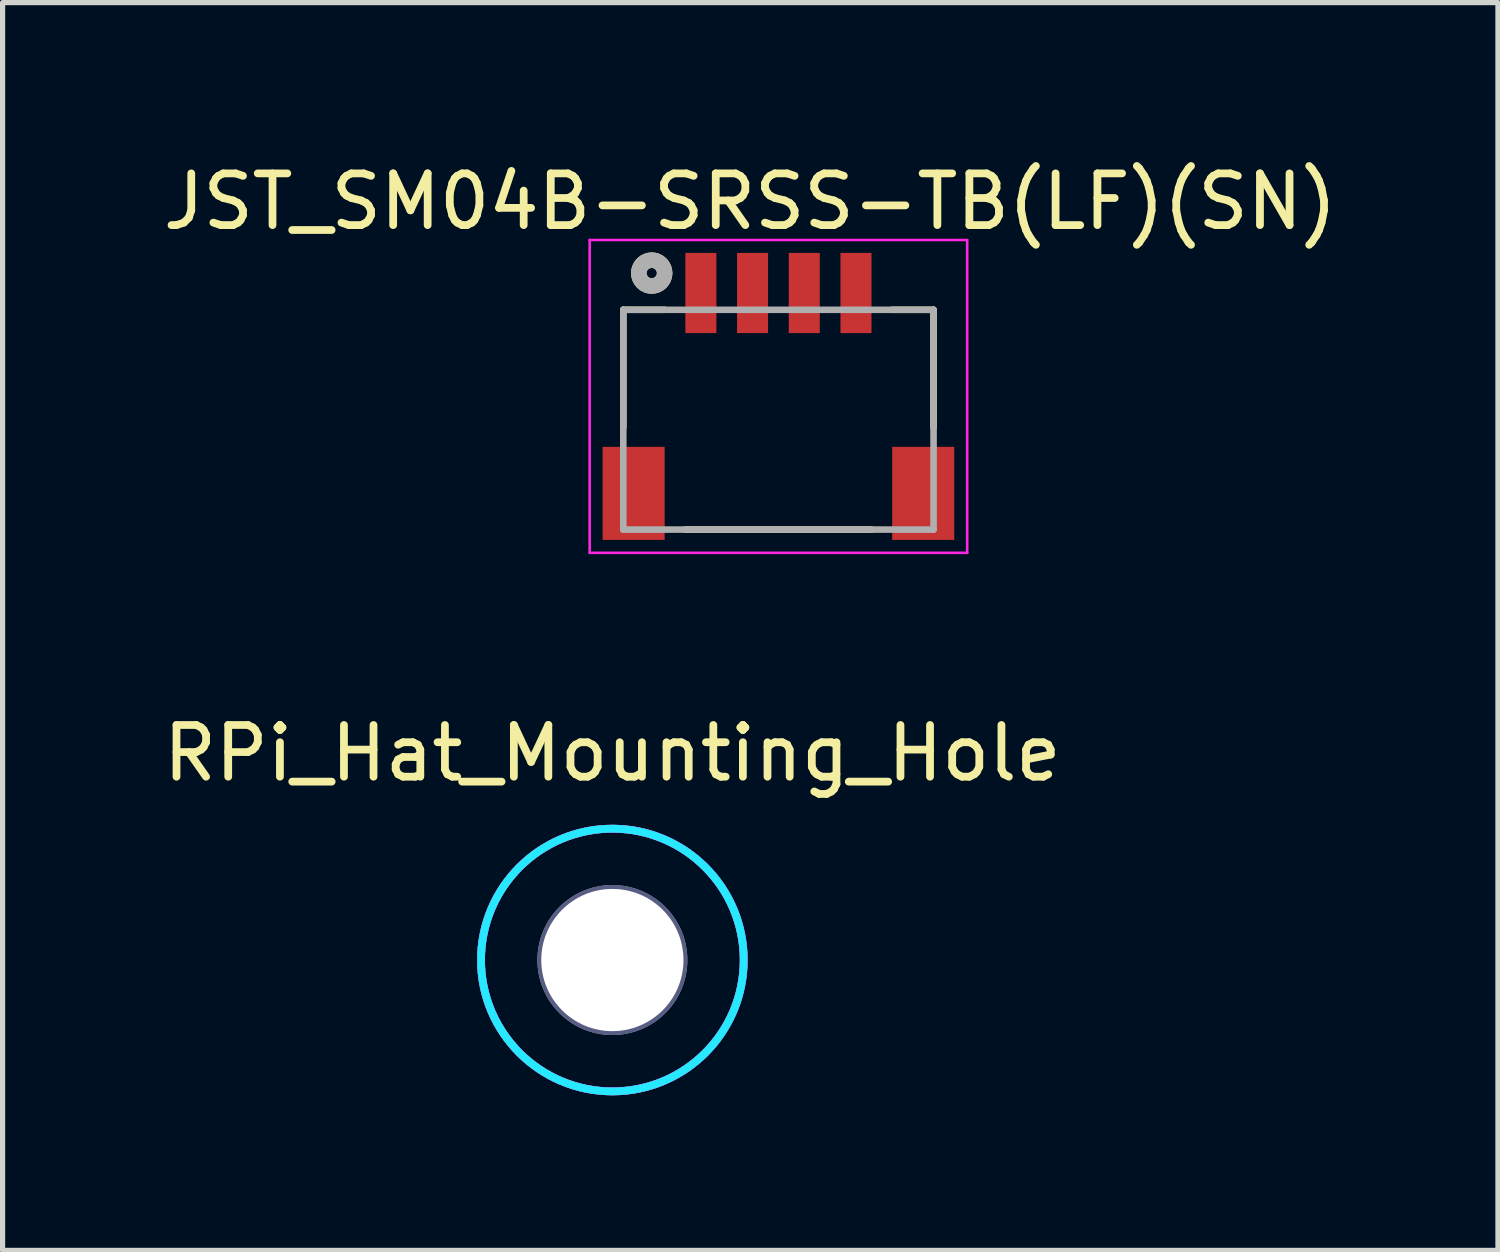
<source format=kicad_pcb>
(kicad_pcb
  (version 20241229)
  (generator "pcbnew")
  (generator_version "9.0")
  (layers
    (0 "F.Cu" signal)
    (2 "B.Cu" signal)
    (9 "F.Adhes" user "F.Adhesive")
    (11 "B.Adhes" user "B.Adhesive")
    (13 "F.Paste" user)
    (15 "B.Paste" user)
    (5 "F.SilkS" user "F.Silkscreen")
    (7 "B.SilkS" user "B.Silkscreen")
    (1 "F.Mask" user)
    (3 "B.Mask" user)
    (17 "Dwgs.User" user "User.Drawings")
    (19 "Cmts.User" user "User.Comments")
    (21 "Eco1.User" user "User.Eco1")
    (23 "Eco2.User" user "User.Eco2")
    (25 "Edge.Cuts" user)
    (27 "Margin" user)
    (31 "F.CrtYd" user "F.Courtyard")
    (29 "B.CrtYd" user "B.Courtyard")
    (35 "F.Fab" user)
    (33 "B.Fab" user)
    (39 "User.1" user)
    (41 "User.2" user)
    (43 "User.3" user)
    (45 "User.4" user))
  (footprint "RPi_Hat_Mounting_Hole"
    (layer "F.Cu")
    (at 8.792 15.515)
    (property "Reference" "RPi_Hat_Mounting_Hole" (at 0 -4 180) (layer "F.SilkS") (effects (font (size 1 1) (thickness 0.15))))
    (attr through_hole)
    (fp_circle (center 0 0) (end 2.54 0) (stroke (width 0.15) (type solid)) (fill no) (layer "B.CrtYd"))
    (fp_circle (center 0 0) (end 2.54 0) (stroke (width 0.15) (type solid)) (fill no) (layer "F.CrtYd"))
    (fp_circle (center 0 0) (end 1.375 0) (stroke (width 0.15) (type solid)) (fill no) (layer "B.Fab"))
    (fp_circle (center 0 0) (end 2.54 0) (stroke (width 0.15) (type solid)) (fill no) (layer "B.Fab"))
    (fp_circle (center 0 0) (end 1.375 0) (stroke (width 0.15) (type solid)) (fill no) (layer "F.Fab"))
    (fp_circle (center 0 0) (end 2.54 0) (stroke (width 0.15) (type solid)) (fill no) (layer "F.Fab"))
    (pad "" np_thru_hole circle (at 0 0) (size 2.75 2.75) (drill 2.75) (layers "*.Cu" "*.Mask")))
  (footprint "JST_SM04B-SRSS-TB(LF)(SN)"
    (layer "F.Cu")
    (at 12.003 2.616)
    (property "Reference" "JST_SM04B-SRSS-TB(LF)(SN)" (at -0.545 -1.768 0) (layer "F.SilkS") (effects (font (size 1 1) (thickness 0.15))))
    (attr through_hole)
    (fp_line (start -3 0.325) (end -3 2.6) (stroke (width 0.127) (type solid)) (layer "F.SilkS"))
    (fp_line (start -2.2 0.325) (end -3 0.325) (stroke (width 0.127) (type solid)) (layer "F.SilkS"))
    (fp_line (start -1.8 4.575) (end 1.8 4.575) (stroke (width 0.127) (type solid)) (layer "F.SilkS"))
    (fp_line (start 2.2 0.325) (end 3 0.325) (stroke (width 0.127) (type solid)) (layer "F.SilkS"))
    (fp_line (start 3 0.325) (end 3 2.6) (stroke (width 0.127) (type solid)) (layer "F.SilkS"))
    (fp_circle (center -2.45 -0.385) (end -2.35 -0.385) (stroke (width 0.3) (type solid)) (fill no) (layer "F.SilkS"))
    (fp_line (start -3.65 -1.025) (end 3.65 -1.025) (stroke (width 0.05) (type solid)) (layer "F.CrtYd"))
    (fp_line (start -3.65 5.025) (end -3.65 -1.025) (stroke (width 0.05) (type solid)) (layer "F.CrtYd"))
    (fp_line (start 3.65 -1.025) (end 3.65 5.025) (stroke (width 0.05) (type solid)) (layer "F.CrtYd"))
    (fp_line (start 3.65 5.025) (end -3.65 5.025) (stroke (width 0.05) (type solid)) (layer "F.CrtYd"))
    (fp_line (start -3 0.325) (end 3 0.325) (stroke (width 0.127) (type solid)) (layer "F.Fab"))
    (fp_line (start -3 4.575) (end -3 0.325) (stroke (width 0.127) (type solid)) (layer "F.Fab"))
    (fp_line (start 3 0.325) (end 3 4.575) (stroke (width 0.127) (type solid)) (layer "F.Fab"))
    (fp_line (start 3 4.575) (end -3 4.575) (stroke (width 0.127) (type solid)) (layer "F.Fab"))
    (fp_circle (center -2.45 -0.385) (end -2.35 -0.385) (stroke (width 0.3) (type solid)) (fill no) (layer "F.Fab"))
    (pad "1" smd rect (at -1.5 0) (size 0.6 1.55) (layers "F.Cu" "F.Mask" "F.Paste"))
    (pad "2" smd rect (at -0.5 0) (size 0.6 1.55) (layers "F.Cu" "F.Mask" "F.Paste"))
    (pad "3" smd rect (at 0.5 0) (size 0.6 1.55) (layers "F.Cu" "F.Mask" "F.Paste"))
    (pad "4" smd rect (at 1.5 0) (size 0.6 1.55) (layers "F.Cu" "F.Mask" "F.Paste"))
    (pad "S1" smd rect (at -2.8 3.875) (size 1.2 1.8) (layers "F.Cu" "F.Mask" "F.Paste"))
    (pad "S2" smd rect (at 2.8 3.875) (size 1.2 1.8) (layers "F.Cu" "F.Mask" "F.Paste")))
  (gr_rect
    (start -3 -3)
    (end 25.917 21.13)
    (stroke (width 0.1) (type default))
    (fill no)
    (layer "Edge.Cuts")))
</source>
